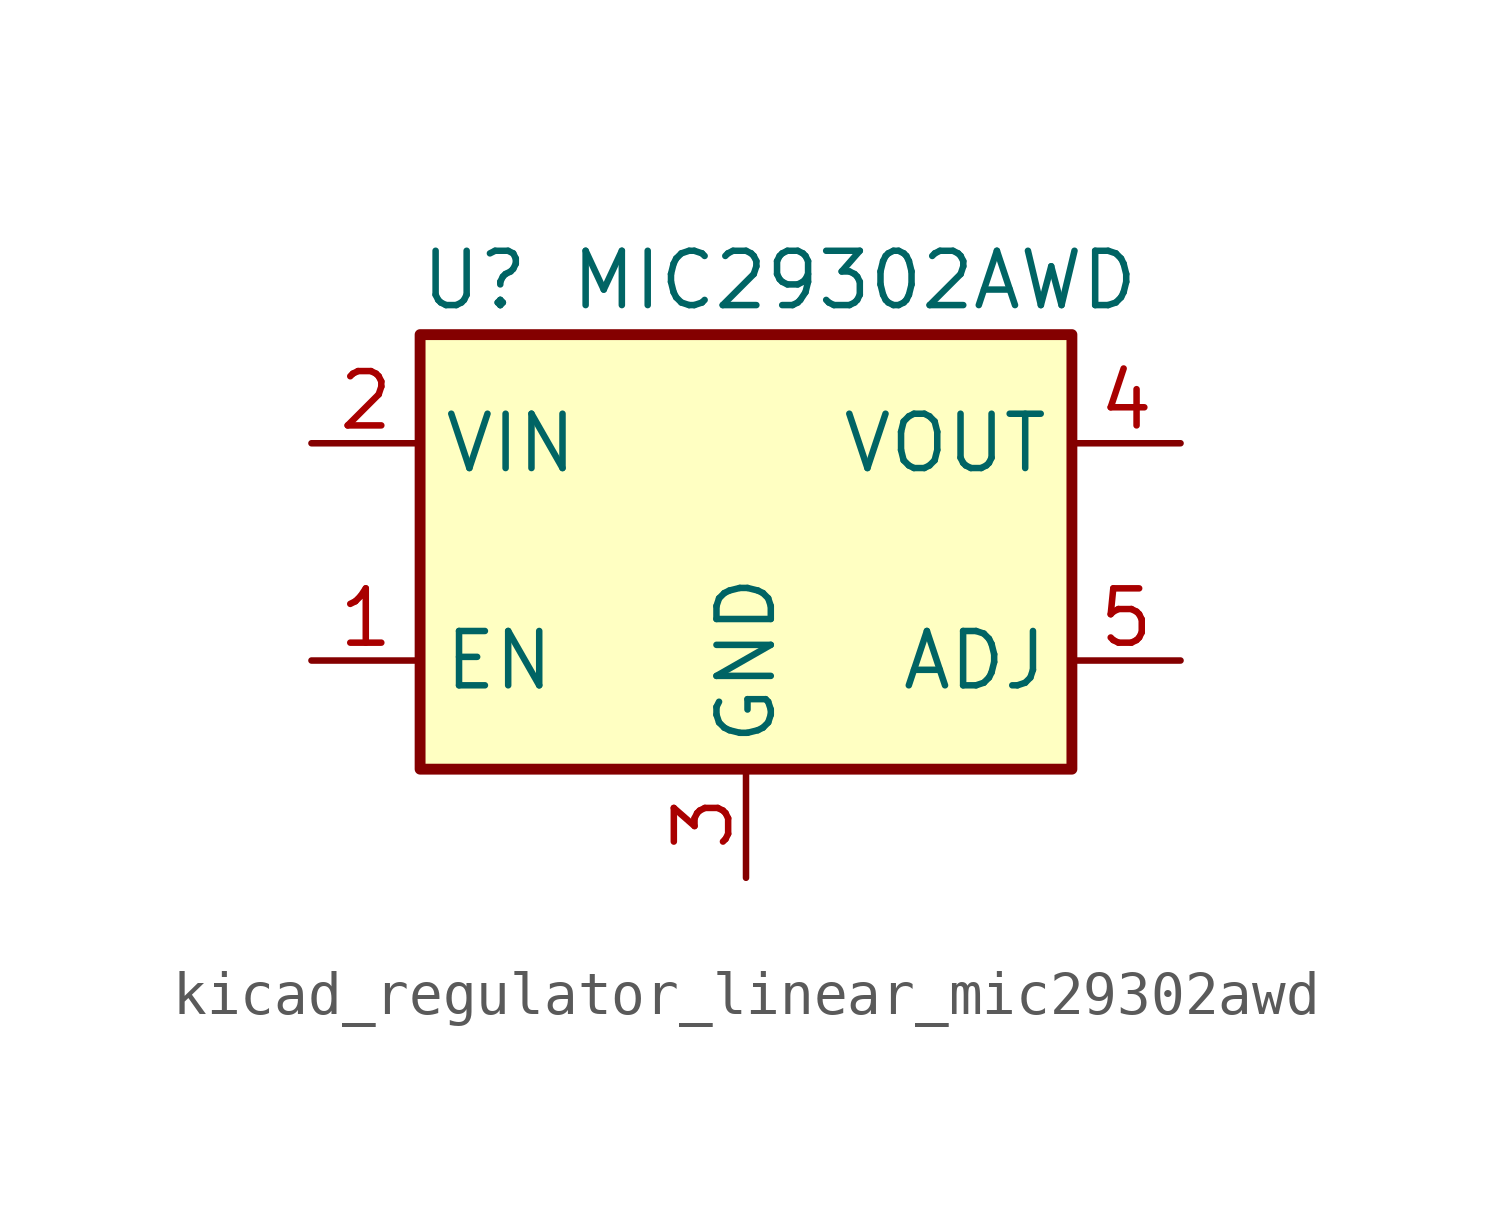
<source format=kicad_sym>
(kicad_symbol_lib
  (version 20220914)
  (generator kicad_symbol_editor)
  (symbol "kicad_regulator_linear_mic29302awd"
    (property "Reference" "U"
      (at -6.35 6.35 0)
      (effects (font (size 1.27 1.27))))
    (property "Value" "MIC29302AWD"
      (at 2.54 6.35 0)
      (effects (font (size 1.27 1.27))))
    (symbol "kicad_regulator_linear_mic29302awd_1_1"
      (rectangle (start -7.62 5.08) (end 7.62 -5.08) (stroke (width 0.254) (type default)) (fill (type background)))
      (pin input line (at -10.16 -2.54 0) (length 2.54) (name "EN" (effects (font (size 1.27 1.27)))) (number "1" (effects (font (size 1.27 1.27)))))
      (pin power_in line (at -10.16 2.54 0) (length 2.54) (name "VIN" (effects (font (size 1.27 1.27)))) (number "2" (effects (font (size 1.27 1.27)))))
      (pin power_in line (at 0 -7.62 90) (length 2.54) (name "GND" (effects (font (size 1.27 1.27)))) (number "3" (effects (font (size 1.27 1.27)))))
      (pin power_out line (at 10.16 2.54 180) (length 2.54) (name "VOUT" (effects (font (size 1.27 1.27)))) (number "4" (effects (font (size 1.27 1.27)))))
      (pin input line (at 10.16 -2.54 180) (length 2.54) (name "ADJ" (effects (font (size 1.27 1.27)))) (number "5" (effects (font (size 1.27 1.27))))))))
</source>
